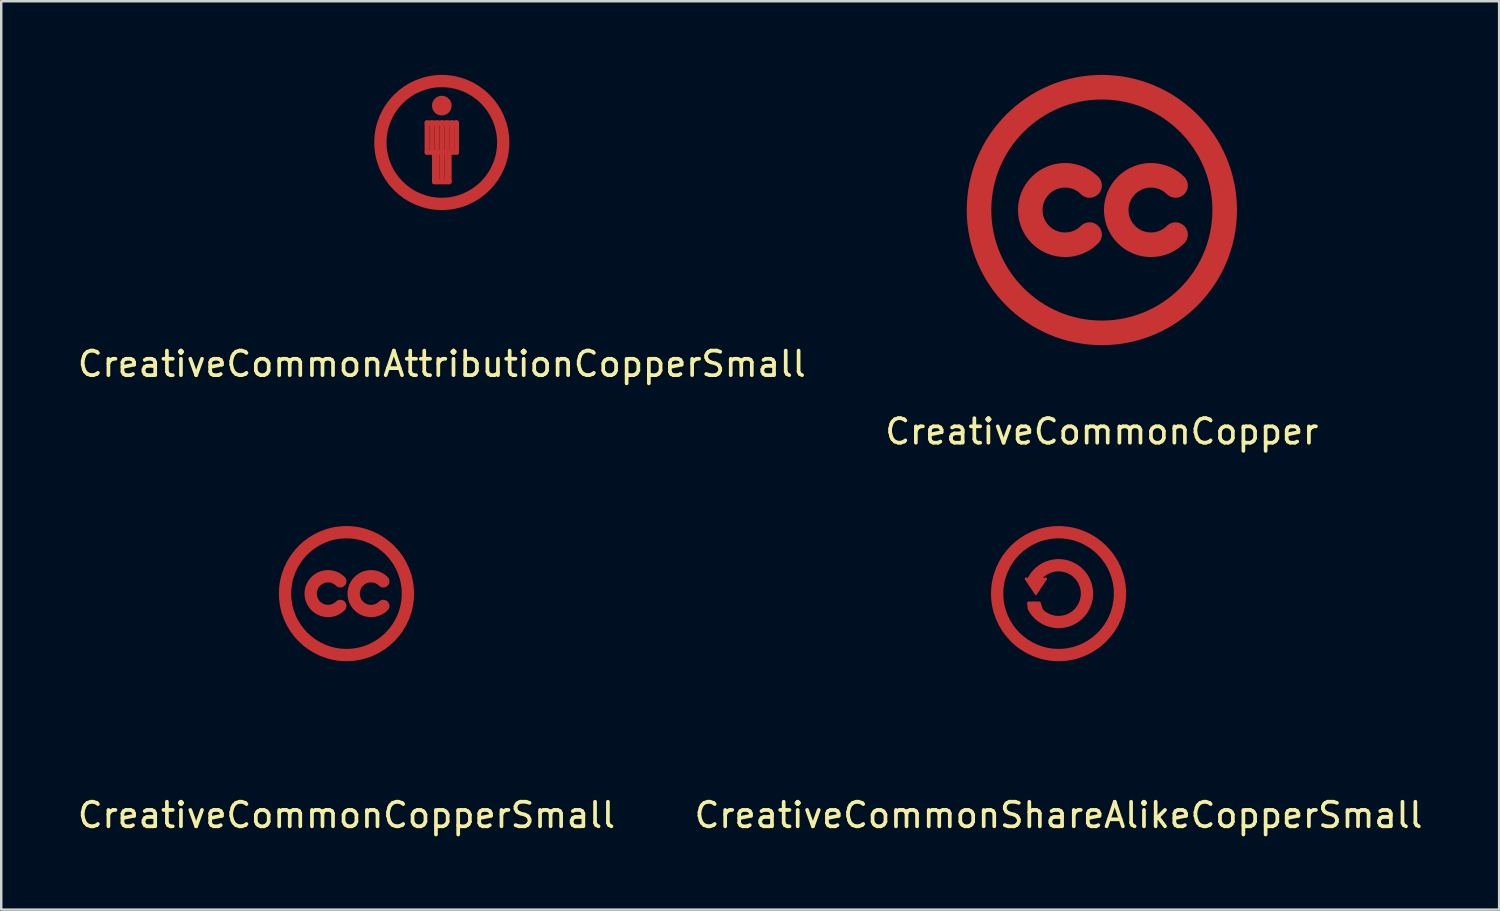
<source format=kicad_pcb>
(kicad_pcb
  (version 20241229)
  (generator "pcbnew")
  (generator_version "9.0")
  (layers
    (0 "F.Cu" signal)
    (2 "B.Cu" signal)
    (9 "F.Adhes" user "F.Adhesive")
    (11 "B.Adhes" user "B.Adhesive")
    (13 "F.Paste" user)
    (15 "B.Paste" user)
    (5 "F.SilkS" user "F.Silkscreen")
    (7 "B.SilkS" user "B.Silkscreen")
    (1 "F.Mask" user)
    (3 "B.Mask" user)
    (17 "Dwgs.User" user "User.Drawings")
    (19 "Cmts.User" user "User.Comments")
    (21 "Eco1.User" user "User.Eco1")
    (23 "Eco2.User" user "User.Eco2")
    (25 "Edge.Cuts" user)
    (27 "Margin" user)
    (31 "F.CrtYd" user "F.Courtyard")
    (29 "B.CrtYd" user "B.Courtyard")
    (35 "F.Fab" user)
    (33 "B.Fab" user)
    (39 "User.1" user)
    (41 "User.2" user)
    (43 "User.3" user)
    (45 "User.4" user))
  (footprint "CreativeCommonCopperSmall"
    (layer "F.Cu")
    (at 11.054 21.115)
    (property "Reference" "CreativeCommonCopperSmall" (at 0 9.017 0) (layer "F.SilkS") (effects (font (size 1 1) (thickness 0.15))))
    (attr through_hole)
    (fp_arc (start -0.25 0.5) (mid -1.457107 0) (end -0.25 -0.5) (stroke (width 0.5) (type solid)) (layer "F.Cu"))
    (fp_arc (start 1.5 0.5) (mid 0.292893 0) (end 1.5 -0.5) (stroke (width 0.5) (type solid)) (layer "F.Cu"))
    (fp_circle (center 0 0) (end 2.5 0) (stroke (width 0.5) (type solid)) (fill no) (layer "F.Cu")))
  (footprint "CreativeCommonCopper"
    (layer "F.Cu")
    (at 41.804 5.5)
    (property "Reference" "CreativeCommonCopper" (at 0 9.017 0) (layer "F.SilkS") (effects (font (size 1 1) (thickness 0.15))))
    (attr through_hole)
    (fp_arc (start -0.5 1) (mid -2.914214 0) (end -0.5 -1) (stroke (width 1) (type solid)) (layer "F.Cu"))
    (fp_arc (start 3 1) (mid 0.585786 0) (end 3 -1) (stroke (width 1) (type solid)) (layer "F.Cu"))
    (fp_circle (center 0 0) (end 5 0) (stroke (width 1) (type solid)) (fill no) (layer "F.Cu")))
  (footprint "CreativeCommonShareAlikeCopperSmall"
    (layer "F.Cu")
    (at 40.042 21.115)
    (property "Reference" "CreativeCommonShareAlikeCopperSmall" (at 0 9.017 0) (layer "F.SilkS") (effects (font (size 1 1) (thickness 0.15))))
    (attr through_hole)
    (fp_line (start -1.325 -0.6) (end -0.525 -0.6) (stroke (width 0.1) (type solid)) (layer "F.Cu"))
    (fp_line (start -1.2 0.4) (end -1.18 0.6) (stroke (width 0.15) (type solid)) (layer "F.Cu"))
    (fp_line (start -1.125 -0.5) (end -0.725 -0.5) (stroke (width 0.25) (type solid)) (layer "F.Cu"))
    (fp_line (start -1.125 -0.4) (end -0.725 -0.4) (stroke (width 0.2) (type solid)) (layer "F.Cu"))
    (fp_line (start -0.925 -0.2) (end -0.925 -0.1) (stroke (width 0.15) (type solid)) (layer "F.Cu"))
    (fp_line (start -0.925 0) (end -1.325 -0.6) (stroke (width 0.1) (type solid)) (layer "F.Cu"))
    (fp_line (start -0.825 -0.3) (end -1.025 -0.3) (stroke (width 0.2) (type solid)) (layer "F.Cu"))
    (fp_line (start -0.8 0.4) (end -1.2 0.4) (stroke (width 0.15) (type solid)) (layer "F.Cu"))
    (fp_line (start -0.8 0.4) (end -0.7 0.7) (stroke (width 0.15) (type solid)) (layer "F.Cu"))
    (fp_line (start -0.525 -0.6) (end -0.925 0) (stroke (width 0.1) (type solid)) (layer "F.Cu"))
    (fp_arc (start -1 -0.58) (mid 1.156025 0.002295) (end -1.002295 0.576025) (stroke (width 0.5) (type solid)) (layer "F.Cu"))
    (fp_circle (center 0 0) (end 2.5 0) (stroke (width 0.5) (type solid)) (fill no) (layer "F.Cu")))
  (footprint "CreativeCommonAttributionCopperSmall"
    (layer "F.Cu")
    (at 14.935 2.75)
    (property "Reference" "CreativeCommonAttributionCopperSmall" (at 0 9.017 0) (layer "F.SilkS") (effects (font (size 1 1) (thickness 0.15))))
    (attr through_hole)
    (fp_line (start -0.6 -0.8) (end -0.6 0.4) (stroke (width 0.2) (type solid)) (layer "F.Cu"))
    (fp_line (start -0.6 -0.8) (end 0.6 -0.8) (stroke (width 0.2) (type solid)) (layer "F.Cu"))
    (fp_line (start -0.6 0.4) (end 0.6 0.4) (stroke (width 0.2) (type solid)) (layer "F.Cu"))
    (fp_line (start -0.4 -0.8) (end -0.4 0.4) (stroke (width 0.2) (type solid)) (layer "F.Cu"))
    (fp_line (start -0.3 0.4) (end -0.3 1.6) (stroke (width 0.2) (type solid)) (layer "F.Cu"))
    (fp_line (start -0.3 1.6) (end 0.3 1.6) (stroke (width 0.2) (type solid)) (layer "F.Cu"))
    (fp_line (start -0.2 -0.8) (end -0.2 0.4) (stroke (width 0.2) (type solid)) (layer "F.Cu"))
    (fp_line (start -0.2 0.4) (end -0.2 1.6) (stroke (width 0.2) (type solid)) (layer "F.Cu"))
    (fp_line (start 0 -0.8) (end 0 0.4) (stroke (width 0.2) (type solid)) (layer "F.Cu"))
    (fp_line (start 0 0.4) (end 0 1.6) (stroke (width 0.2) (type solid)) (layer "F.Cu"))
    (fp_line (start 0.2 -0.8) (end 0.2 0.4) (stroke (width 0.2) (type solid)) (layer "F.Cu"))
    (fp_line (start 0.2 0.4) (end 0.2 1.6) (stroke (width 0.2) (type solid)) (layer "F.Cu"))
    (fp_line (start 0.3 0.4) (end 0.3 1.6) (stroke (width 0.2) (type solid)) (layer "F.Cu"))
    (fp_line (start 0.4 -0.8) (end 0.4 0.4) (stroke (width 0.2) (type solid)) (layer "F.Cu"))
    (fp_line (start 0.6 0.4) (end 0.6 -0.8) (stroke (width 0.2) (type solid)) (layer "F.Cu"))
    (fp_circle (center 0 -1.5) (end -0.2 -1.5) (stroke (width 0.4) (type solid)) (fill no) (layer "F.Cu"))
    (fp_circle (center 0 0) (end 2.5 0) (stroke (width 0.5) (type solid)) (fill no) (layer "F.Cu")))
  (gr_rect
    (start -3 -3)
    (end 57.976 33.98)
    (stroke (width 0.1) (type default))
    (fill no)
    (layer "Edge.Cuts")))
</source>
